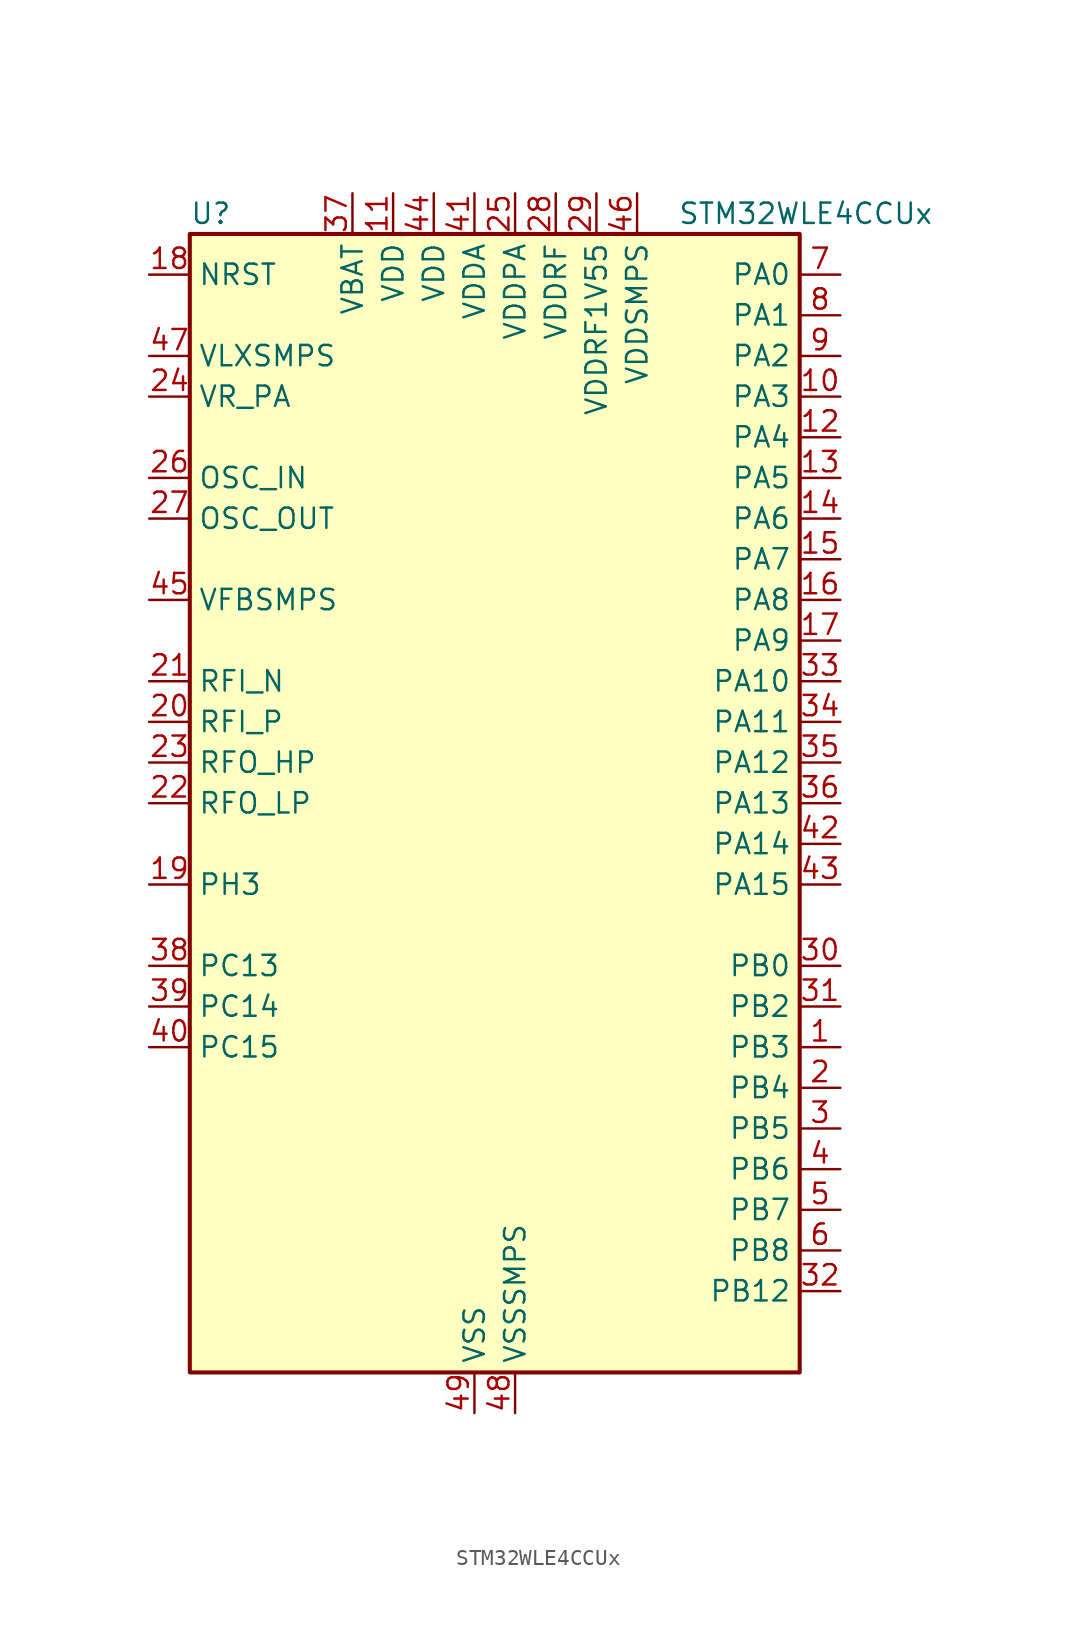
<source format=kicad_sym>
(kicad_symbol_lib
  (version 20231120)
  (generator "kicad_symbol_editor")
  (generator_version "8.0")
  (symbol "STM32WLE4CCUx"
    (property "Reference" "U"
      (at -17.78 36.83 0)
      (effects (font (size 1.27 1.27)) (justify left)))
    (property "Value" "STM32WLE4CCUx"
      (at 12.7 36.83 0)
      (effects (font (size 1.27 1.27)) (justify left)))
    (property "ki_locked" ""
      (at 0 0 0)
      (effects (font (size 1.27 1.27))))
    (symbol "STM32WLE4CCUx_0_1"
      (rectangle (start -17.78 -35.56) (end 20.32 35.56) (stroke (width 0.254) (type default)) (fill (type background))))
    (symbol "STM32WLE4CCUx_1_1"
      (pin bidirectional line (at 22.86 -15.24 180) (length 2.54) (name "PB3" (effects (font (size 1.27 1.27)))) (number "1" (effects (font (size 1.27 1.27)))) (alternate "ADC_IN2" bidirectional line) (alternate "COMP1_INM" bidirectional line) (alternate "COMP2_INM" bidirectional line) (alternate "DEBUG_JTDO-SWO" bidirectional line) (alternate "DEBUG_RF-DTB1" bidirectional line) (alternate "PWR_WKUP3" bidirectional line) (alternate "RTC_TAMP_IN3" bidirectional line) (alternate "SPI1_SCK" bidirectional line) (alternate "TIM2_CH2" bidirectional line) (alternate "USART1_DE" bidirectional line) (alternate "USART1_RTS" bidirectional line))
      (pin bidirectional line (at 22.86 25.4 180) (length 2.54) (name "PA3" (effects (font (size 1.27 1.27)))) (number "10" (effects (font (size 1.27 1.27)))) (alternate "I2S2_MCK" bidirectional line) (alternate "LPUART1_RX" bidirectional line) (alternate "TIM2_CH4" bidirectional line) (alternate "USART2_RX" bidirectional line))
      (pin power_in line (at -5.08 38.1 270) (length 2.54) (name "VDD" (effects (font (size 1.27 1.27)))) (number "11" (effects (font (size 1.27 1.27)))))
      (pin bidirectional line (at 22.86 22.86 180) (length 2.54) (name "PA4" (effects (font (size 1.27 1.27)))) (number "12" (effects (font (size 1.27 1.27)))) (alternate "DEBUG_SUBGHZSPI-NSSOUT" bidirectional line) (alternate "LPTIM1_OUT" bidirectional line) (alternate "LPTIM2_OUT" bidirectional line) (alternate "RTC_OUT2" bidirectional line) (alternate "SPI1_NSS" bidirectional line) (alternate "USART2_CK" bidirectional line))
      (pin bidirectional line (at 22.86 20.32 180) (length 2.54) (name "PA5" (effects (font (size 1.27 1.27)))) (number "13" (effects (font (size 1.27 1.27)))) (alternate "DEBUG_SUBGHZSPI-SCKOUT" bidirectional line) (alternate "LPTIM2_ETR" bidirectional line) (alternate "SPI1_SCK" bidirectional line) (alternate "SPI2_MISO" bidirectional line) (alternate "TIM2_CH1" bidirectional line) (alternate "TIM2_ETR" bidirectional line))
      (pin bidirectional line (at 22.86 17.78 180) (length 2.54) (name "PA6" (effects (font (size 1.27 1.27)))) (number "14" (effects (font (size 1.27 1.27)))) (alternate "DEBUG_SUBGHZSPI-MISOOUT" bidirectional line) (alternate "I2C2_SMBA" bidirectional line) (alternate "LPUART1_CTS" bidirectional line) (alternate "SPI1_MISO" bidirectional line) (alternate "TIM16_CH1" bidirectional line) (alternate "TIM1_BKIN" bidirectional line))
      (pin bidirectional line (at 22.86 15.24 180) (length 2.54) (name "PA7" (effects (font (size 1.27 1.27)))) (number "15" (effects (font (size 1.27 1.27)))) (alternate "COMP2_OUT" bidirectional line) (alternate "DEBUG_SUBGHZSPI-MOSIOUT" bidirectional line) (alternate "I2C3_SCL" bidirectional line) (alternate "SPI1_MOSI" bidirectional line) (alternate "TIM17_CH1" bidirectional line) (alternate "TIM1_CH1N" bidirectional line))
      (pin bidirectional line (at 22.86 12.7 180) (length 2.54) (name "PA8" (effects (font (size 1.27 1.27)))) (number "16" (effects (font (size 1.27 1.27)))) (alternate "I2S2_CK" bidirectional line) (alternate "LPTIM2_OUT" bidirectional line) (alternate "RCC_MCO" bidirectional line) (alternate "SPI2_SCK" bidirectional line) (alternate "TIM1_CH1" bidirectional line) (alternate "USART1_CK" bidirectional line))
      (pin bidirectional line (at 22.86 10.16 180) (length 2.54) (name "PA9" (effects (font (size 1.27 1.27)))) (number "17" (effects (font (size 1.27 1.27)))) (alternate "DAC_EXTI9" bidirectional line) (alternate "I2C1_SCL" bidirectional line) (alternate "I2S2_CK" bidirectional line) (alternate "I2S2_WS" bidirectional line) (alternate "SPI2_NSS" bidirectional line) (alternate "SPI2_SCK" bidirectional line) (alternate "TIM1_CH2" bidirectional line) (alternate "USART1_TX" bidirectional line))
      (pin input line (at -20.32 33.02 0) (length 2.54) (name "NRST" (effects (font (size 1.27 1.27)))) (number "18" (effects (font (size 1.27 1.27)))))
      (pin bidirectional line (at -20.32 -5.08 0) (length 2.54) (name "PH3" (effects (font (size 1.27 1.27)))) (number "19" (effects (font (size 1.27 1.27)))))
      (pin bidirectional line (at 22.86 -17.78 180) (length 2.54) (name "PB4" (effects (font (size 1.27 1.27)))) (number "2" (effects (font (size 1.27 1.27)))) (alternate "ADC_IN3" bidirectional line) (alternate "COMP1_INP" bidirectional line) (alternate "COMP2_INP" bidirectional line) (alternate "DEBUG_JTRST" bidirectional line) (alternate "DEBUG_RF-LDORDY" bidirectional line) (alternate "I2C3_SDA" bidirectional line) (alternate "SPI1_MISO" bidirectional line) (alternate "TIM17_BKIN" bidirectional line) (alternate "USART1_CTS" bidirectional line) (alternate "USART1_NSS" bidirectional line))
      (pin bidirectional line (at -20.32 5.08 0) (length 2.54) (name "RFI_P" (effects (font (size 1.27 1.27)))) (number "20" (effects (font (size 1.27 1.27)))))
      (pin bidirectional line (at -20.32 7.62 0) (length 2.54) (name "RFI_N" (effects (font (size 1.27 1.27)))) (number "21" (effects (font (size 1.27 1.27)))))
      (pin bidirectional line (at -20.32 0 0) (length 2.54) (name "RFO_LP" (effects (font (size 1.27 1.27)))) (number "22" (effects (font (size 1.27 1.27)))))
      (pin bidirectional line (at -20.32 2.54 0) (length 2.54) (name "RFO_HP" (effects (font (size 1.27 1.27)))) (number "23" (effects (font (size 1.27 1.27)))))
      (pin power_in line (at -20.32 25.4 0) (length 2.54) (name "VR_PA" (effects (font (size 1.27 1.27)))) (number "24" (effects (font (size 1.27 1.27)))))
      (pin power_in line (at 2.54 38.1 270) (length 2.54) (name "VDDPA" (effects (font (size 1.27 1.27)))) (number "25" (effects (font (size 1.27 1.27)))))
      (pin input line (at -20.32 20.32 0) (length 2.54) (name "OSC_IN" (effects (font (size 1.27 1.27)))) (number "26" (effects (font (size 1.27 1.27)))) (alternate "RCC_OSC_IN" bidirectional line))
      (pin input line (at -20.32 17.78 0) (length 2.54) (name "OSC_OUT" (effects (font (size 1.27 1.27)))) (number "27" (effects (font (size 1.27 1.27)))) (alternate "RCC_OSC_OUT" bidirectional line))
      (pin power_in line (at 5.08 38.1 270) (length 2.54) (name "VDDRF" (effects (font (size 1.27 1.27)))) (number "28" (effects (font (size 1.27 1.27)))))
      (pin power_in line (at 7.62 38.1 270) (length 2.54) (name "VDDRF1V55" (effects (font (size 1.27 1.27)))) (number "29" (effects (font (size 1.27 1.27)))))
      (pin bidirectional line (at 22.86 -20.32 180) (length 2.54) (name "PB5" (effects (font (size 1.27 1.27)))) (number "3" (effects (font (size 1.27 1.27)))) (alternate "COMP2_OUT" bidirectional line) (alternate "I2C1_SMBA" bidirectional line) (alternate "LPTIM1_IN1" bidirectional line) (alternate "SPI1_MOSI" bidirectional line) (alternate "TIM16_BKIN" bidirectional line) (alternate "USART1_CK" bidirectional line))
      (pin bidirectional line (at 22.86 -10.16 180) (length 2.54) (name "PB0" (effects (font (size 1.27 1.27)))) (number "30" (effects (font (size 1.27 1.27)))) (alternate "COMP1_OUT" bidirectional line) (alternate "VDDTCXO" bidirectional line))
      (pin bidirectional line (at 22.86 -12.7 180) (length 2.54) (name "PB2" (effects (font (size 1.27 1.27)))) (number "31" (effects (font (size 1.27 1.27)))) (alternate "ADC_IN4" bidirectional line) (alternate "COMP1_INP" bidirectional line) (alternate "COMP2_INM" bidirectional line) (alternate "DEBUG_RF-SMPSRDY" bidirectional line) (alternate "I2C3_SMBA" bidirectional line) (alternate "LPTIM1_OUT" bidirectional line) (alternate "SPI1_NSS" bidirectional line))
      (pin bidirectional line (at 22.86 -30.48 180) (length 2.54) (name "PB12" (effects (font (size 1.27 1.27)))) (number "32" (effects (font (size 1.27 1.27)))) (alternate "I2C3_SMBA" bidirectional line) (alternate "I2S2_WS" bidirectional line) (alternate "LPUART1_RTS" bidirectional line) (alternate "SPI2_NSS" bidirectional line) (alternate "TIM1_BKIN" bidirectional line))
      (pin bidirectional line (at 22.86 7.62 180) (length 2.54) (name "PA10" (effects (font (size 1.27 1.27)))) (number "33" (effects (font (size 1.27 1.27)))) (alternate "ADC_IN6" bidirectional line) (alternate "COMP1_INM" bidirectional line) (alternate "COMP2_INM" bidirectional line) (alternate "DAC_OUT1" bidirectional line) (alternate "DEBUG_RF-HSE32RDY" bidirectional line) (alternate "I2C1_SDA" bidirectional line) (alternate "I2S2_SD" bidirectional line) (alternate "RTC_REFIN" bidirectional line) (alternate "SPI2_MOSI" bidirectional line) (alternate "TIM17_BKIN" bidirectional line) (alternate "TIM1_CH3" bidirectional line) (alternate "USART1_RX" bidirectional line))
      (pin bidirectional line (at 22.86 5.08 180) (length 2.54) (name "PA11" (effects (font (size 1.27 1.27)))) (number "34" (effects (font (size 1.27 1.27)))) (alternate "ADC_EXTI11" bidirectional line) (alternate "ADC_IN7" bidirectional line) (alternate "COMP1_INM" bidirectional line) (alternate "COMP2_INM" bidirectional line) (alternate "DEBUG_RF-NRESET" bidirectional line) (alternate "I2C2_SDA" bidirectional line) (alternate "LPTIM3_ETR" bidirectional line) (alternate "SPI1_MISO" bidirectional line) (alternate "TIM1_BKIN2" bidirectional line) (alternate "TIM1_CH4" bidirectional line) (alternate "USART1_CTS" bidirectional line) (alternate "USART1_NSS" bidirectional line))
      (pin bidirectional line (at 22.86 2.54 180) (length 2.54) (name "PA12" (effects (font (size 1.27 1.27)))) (number "35" (effects (font (size 1.27 1.27)))) (alternate "ADC_IN8" bidirectional line) (alternate "DEBUG_RF-BUSY" bidirectional line) (alternate "I2C2_SCL" bidirectional line) (alternate "LPTIM3_IN1" bidirectional line) (alternate "SPI1_MOSI" bidirectional line) (alternate "TIM1_ETR" bidirectional line) (alternate "USART1_DE" bidirectional line) (alternate "USART1_RTS" bidirectional line))
      (pin bidirectional line (at 22.86 0 180) (length 2.54) (name "PA13" (effects (font (size 1.27 1.27)))) (number "36" (effects (font (size 1.27 1.27)))) (alternate "ADC_IN9" bidirectional line) (alternate "DEBUG_JTMS-SWDIO" bidirectional line) (alternate "I2C2_SMBA" bidirectional line) (alternate "IR_OUT" bidirectional line))
      (pin power_in line (at -7.62 38.1 270) (length 2.54) (name "VBAT" (effects (font (size 1.27 1.27)))) (number "37" (effects (font (size 1.27 1.27)))))
      (pin bidirectional line (at -20.32 -10.16 0) (length 2.54) (name "PC13" (effects (font (size 1.27 1.27)))) (number "38" (effects (font (size 1.27 1.27)))) (alternate "PWR_WKUP2" bidirectional line) (alternate "RTC_OUT1" bidirectional line) (alternate "RTC_TAMP_IN1" bidirectional line) (alternate "RTC_TS" bidirectional line))
      (pin bidirectional line (at -20.32 -12.7 0) (length 2.54) (name "PC14" (effects (font (size 1.27 1.27)))) (number "39" (effects (font (size 1.27 1.27)))) (alternate "RCC_OSC32_IN" bidirectional line))
      (pin bidirectional line (at 22.86 -22.86 180) (length 2.54) (name "PB6" (effects (font (size 1.27 1.27)))) (number "4" (effects (font (size 1.27 1.27)))) (alternate "I2C1_SCL" bidirectional line) (alternate "LPTIM1_ETR" bidirectional line) (alternate "TIM16_CH1N" bidirectional line) (alternate "USART1_TX" bidirectional line))
      (pin bidirectional line (at -20.32 -15.24 0) (length 2.54) (name "PC15" (effects (font (size 1.27 1.27)))) (number "40" (effects (font (size 1.27 1.27)))) (alternate "RCC_OSC32_OUT" bidirectional line))
      (pin power_in line (at 0 38.1 270) (length 2.54) (name "VDDA" (effects (font (size 1.27 1.27)))) (number "41" (effects (font (size 1.27 1.27)))))
      (pin bidirectional line (at 22.86 -2.54 180) (length 2.54) (name "PA14" (effects (font (size 1.27 1.27)))) (number "42" (effects (font (size 1.27 1.27)))) (alternate "ADC_IN10" bidirectional line) (alternate "DEBUG_JTCK-SWCLK" bidirectional line) (alternate "I2C1_SMBA" bidirectional line) (alternate "LPTIM1_OUT" bidirectional line))
      (pin bidirectional line (at 22.86 -5.08 180) (length 2.54) (name "PA15" (effects (font (size 1.27 1.27)))) (number "43" (effects (font (size 1.27 1.27)))) (alternate "ADC_IN11" bidirectional line) (alternate "COMP1_INM" bidirectional line) (alternate "COMP2_INP" bidirectional line) (alternate "DEBUG_JTDI" bidirectional line) (alternate "I2C2_SDA" bidirectional line) (alternate "SPI1_NSS" bidirectional line) (alternate "TIM2_CH1" bidirectional line) (alternate "TIM2_ETR" bidirectional line))
      (pin power_in line (at -2.54 38.1 270) (length 2.54) (name "VDD" (effects (font (size 1.27 1.27)))) (number "44" (effects (font (size 1.27 1.27)))))
      (pin input line (at -20.32 12.7 0) (length 2.54) (name "VFBSMPS" (effects (font (size 1.27 1.27)))) (number "45" (effects (font (size 1.27 1.27)))))
      (pin power_in line (at 10.16 38.1 270) (length 2.54) (name "VDDSMPS" (effects (font (size 1.27 1.27)))) (number "46" (effects (font (size 1.27 1.27)))))
      (pin power_in line (at -20.32 27.94 0) (length 2.54) (name "VLXSMPS" (effects (font (size 1.27 1.27)))) (number "47" (effects (font (size 1.27 1.27)))))
      (pin power_in line (at 2.54 -38.1 90) (length 2.54) (name "VSSSMPS" (effects (font (size 1.27 1.27)))) (number "48" (effects (font (size 1.27 1.27)))))
      (pin power_in line (at 0 -38.1 90) (length 2.54) (name "VSS" (effects (font (size 1.27 1.27)))) (number "49" (effects (font (size 1.27 1.27)))))
      (pin bidirectional line (at 22.86 -25.4 180) (length 2.54) (name "PB7" (effects (font (size 1.27 1.27)))) (number "5" (effects (font (size 1.27 1.27)))) (alternate "I2C1_SDA" bidirectional line) (alternate "LPTIM1_IN2" bidirectional line) (alternate "PWR_PVD_IN" bidirectional line) (alternate "TIM17_CH1N" bidirectional line) (alternate "TIM1_BKIN" bidirectional line) (alternate "USART1_RX" bidirectional line))
      (pin bidirectional line (at 22.86 -27.94 180) (length 2.54) (name "PB8" (effects (font (size 1.27 1.27)))) (number "6" (effects (font (size 1.27 1.27)))) (alternate "I2C1_SCL" bidirectional line) (alternate "TIM16_CH1" bidirectional line) (alternate "TIM1_CH2N" bidirectional line))
      (pin bidirectional line (at 22.86 33.02 180) (length 2.54) (name "PA0" (effects (font (size 1.27 1.27)))) (number "7" (effects (font (size 1.27 1.27)))) (alternate "COMP1_OUT" bidirectional line) (alternate "DEBUG_PWR-REGLP1S" bidirectional line) (alternate "I2C3_SMBA" bidirectional line) (alternate "I2S_CKIN" bidirectional line) (alternate "PWR_WKUP1" bidirectional line) (alternate "RTC_TAMP_IN2" bidirectional line) (alternate "TIM2_CH1" bidirectional line) (alternate "TIM2_ETR" bidirectional line) (alternate "USART2_CTS" bidirectional line) (alternate "USART2_NSS" bidirectional line))
      (pin bidirectional line (at 22.86 30.48 180) (length 2.54) (name "PA1" (effects (font (size 1.27 1.27)))) (number "8" (effects (font (size 1.27 1.27)))) (alternate "DEBUG_PWR-REGLP2S" bidirectional line) (alternate "I2C1_SMBA" bidirectional line) (alternate "LPTIM3_OUT" bidirectional line) (alternate "LPUART1_RTS" bidirectional line) (alternate "SPI1_SCK" bidirectional line) (alternate "TIM2_CH2" bidirectional line) (alternate "USART2_DE" bidirectional line) (alternate "USART2_RTS" bidirectional line))
      (pin bidirectional line (at 22.86 27.94 180) (length 2.54) (name "PA2" (effects (font (size 1.27 1.27)))) (number "9" (effects (font (size 1.27 1.27)))) (alternate "COMP2_OUT" bidirectional line) (alternate "DEBUG_PWR-LDORDY" bidirectional line) (alternate "LPUART1_TX" bidirectional line) (alternate "RCC_LSCO" bidirectional line) (alternate "TIM2_CH3" bidirectional line) (alternate "USART2_TX" bidirectional line)))))
</source>
